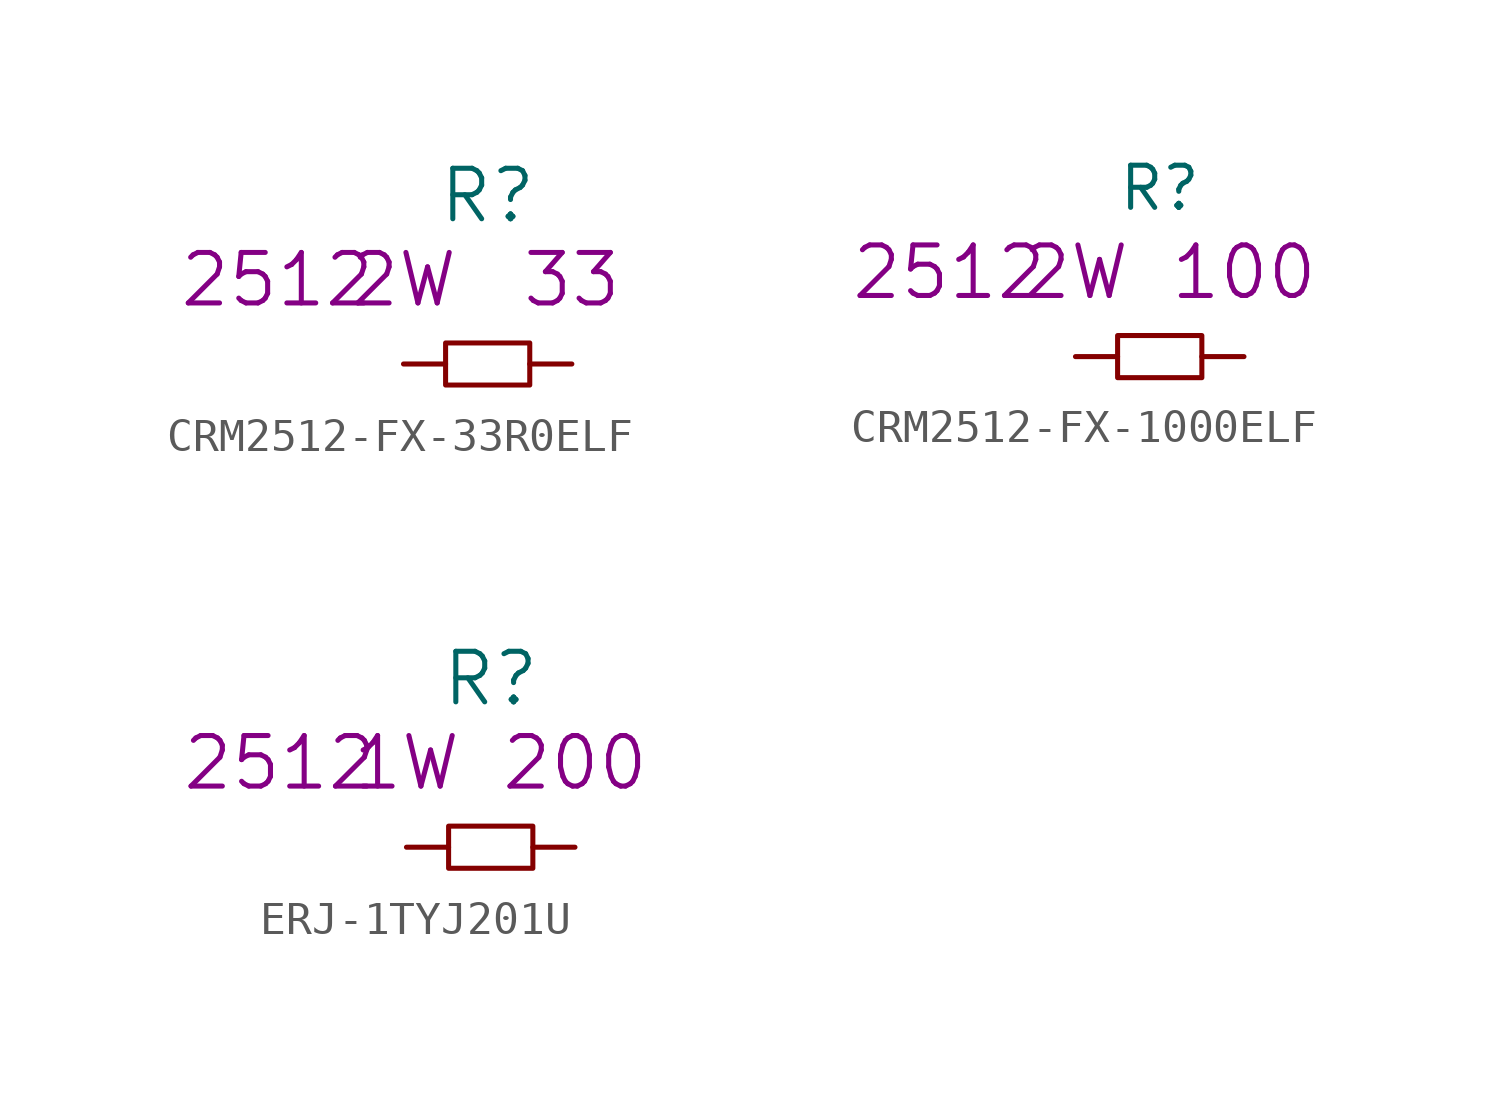
<source format=kicad_sym>
(kicad_symbol_lib
  (version 20220914)
  (generator kicad_symbol_editor)
  (symbol "CRM2512-FX-33R0ELF"
    (pin_numbers hide)
    (pin_names
      (offset 1.016) hide)
    (property "Reference" "R"
      (at 0 5.08 0)
      (effects (font (size 1.524 1.524))))
    (property "Size" "2512"
      (at -6.35 2.54 0)
      (effects (font (size 1.524 1.524))))
    (property "Value2" "33"
      (at 2.54 2.54 0)
      (effects (font (size 1.524 1.524))))
    (property "Rating" "2W"
      (at -2.54 2.54 0)
      (effects (font (size 1.524 1.524))))
    (symbol "CRM2512-FX-33R0ELF_0_1"
      (rectangle (start -1.27 0.635) (end 1.27 -0.635) (stroke (width 0) (type solid)) (fill (type none))))
    (symbol "CRM2512-FX-33R0ELF_1_1"
      (pin passive line (at -2.54 0 0) (length 1.27) (name "1" (effects (font (size 1.27 1.27)))) (number "1" (effects (font (size 1.27 1.27)))))
      (pin passive line (at 2.54 0 180) (length 1.27) (name "2" (effects (font (size 1.27 1.27)))) (number "2" (effects (font (size 1.27 1.27)))))))
  (symbol "CRM2512-FX-1000ELF"
    (pin_numbers hide)
    (pin_names
      (offset 1.016) hide)
    (property "Reference" "R"
      (at 0 5.08 0)
      (effects (font (size 1.27 1.27))))
    (property "Size" "2512"
      (at -6.35 2.54 0)
      (effects (font (size 1.524 1.524))))
    (property "Value2" "100"
      (at 2.54 2.54 0)
      (effects (font (size 1.524 1.524))))
    (property "Rating" "2W"
      (at -2.54 2.54 0)
      (effects (font (size 1.524 1.524))))
    (symbol "CRM2512-FX-1000ELF_0_1"
      (rectangle (start -1.27 0.635) (end 1.27 -0.635) (stroke (width 0) (type solid)) (fill (type none))))
    (symbol "CRM2512-FX-1000ELF_1_1"
      (pin passive line (at -2.54 0 0) (length 1.27) (name "1" (effects (font (size 1.27 1.27)))) (number "1" (effects (font (size 1.27 1.27)))))
      (pin passive line (at 2.54 0 180) (length 1.27) (name "2" (effects (font (size 1.27 1.27)))) (number "2" (effects (font (size 1.27 1.27)))))))
  (symbol "ERJ-1TYJ201U"
    (pin_numbers hide)
    (pin_names
      (offset 1.016) hide)
    (property "Reference" "R"
      (at 0 5.08 0)
      (effects (font (size 1.524 1.524))))
    (property "Size" "2512"
      (at -6.35 2.54 0)
      (effects (font (size 1.524 1.524))))
    (property "Value2" "200"
      (at 2.54 2.54 0)
      (effects (font (size 1.524 1.524))))
    (property "Rating" "1W"
      (at -2.54 2.54 0)
      (effects (font (size 1.524 1.524))))
    (symbol "ERJ-1TYJ201U_0_1"
      (rectangle (start -1.27 0.635) (end 1.27 -0.635) (stroke (width 0) (type solid)) (fill (type none))))
    (symbol "ERJ-1TYJ201U_1_1"
      (pin passive line (at -2.54 0 0) (length 1.27) (name "1" (effects (font (size 1.27 1.27)))) (number "1" (effects (font (size 1.27 1.27)))))
      (pin passive line (at 2.54 0 180) (length 1.27) (name "2" (effects (font (size 1.27 1.27)))) (number "2" (effects (font (size 1.27 1.27))))))))
</source>
